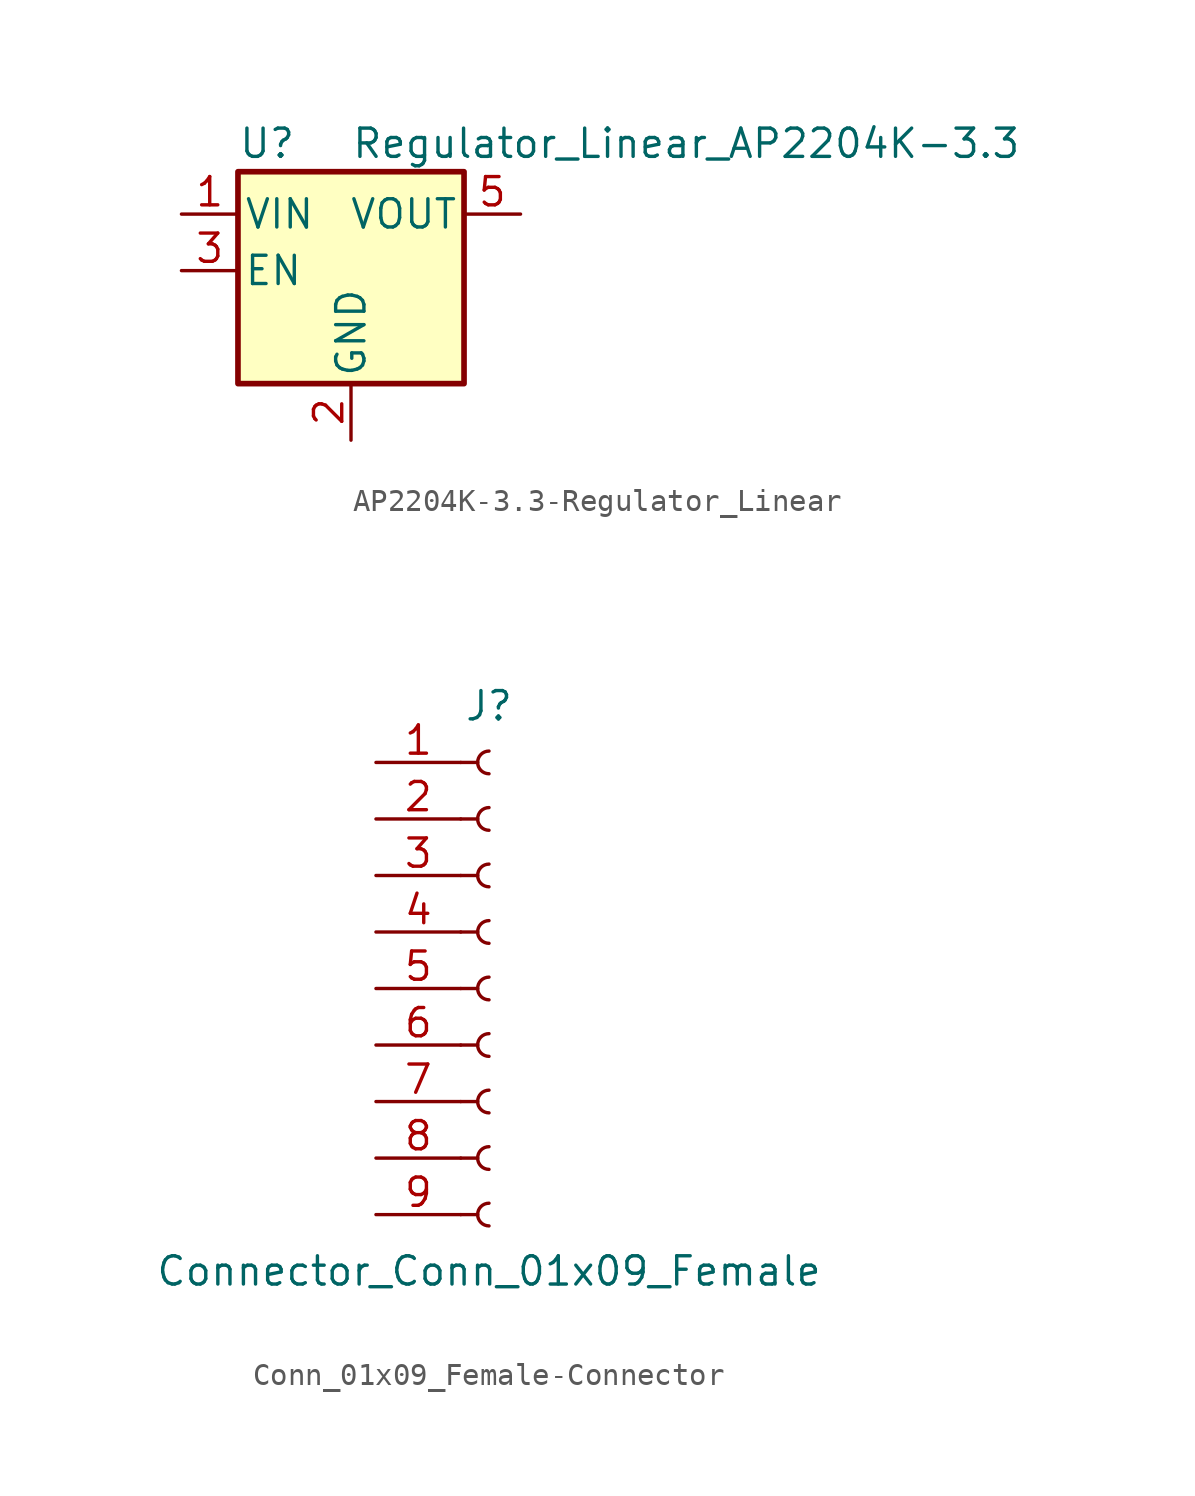
<source format=kicad_sym>
(kicad_symbol_lib
  (version 20231120)
  (generator "kicad_symbol_editor")
  (generator_version "8.0")
  (symbol "AP2204K-3.3-Regulator_Linear"
    (pin_names
      (offset 0.254))
    (property "Reference" "U"
      (at -5.08 5.715 0)
      (effects (font (size 1.27 1.27)) (justify left)))
    (property "Value" "Regulator_Linear_AP2204K-3.3"
      (at 0 5.715 0)
      (effects (font (size 1.27 1.27)) (justify left)))
    (symbol "AP2204K-3.3-Regulator_Linear_0_1"
      (rectangle (start -5.08 4.445) (end 5.08 -5.08) (stroke (width 0.254) (type solid)) (fill (type background))))
    (symbol "AP2204K-3.3-Regulator_Linear_1_1"
      (pin power_in line (at -7.62 2.54 0) (length 2.54) (name "VIN" (effects (font (size 1.27 1.27)))) (number "1" (effects (font (size 1.27 1.27)))))
      (pin power_in line (at 0 -7.62 90) (length 2.54) (name "GND" (effects (font (size 1.27 1.27)))) (number "2" (effects (font (size 1.27 1.27)))))
      (pin input line (at -7.62 0 0) (length 2.54) (name "EN" (effects (font (size 1.27 1.27)))) (number "3" (effects (font (size 1.27 1.27)))))
      (pin no_connect line (at 7.62 0 180) (length 2.54) hide (name "NC" (effects (font (size 1.27 1.27)))) (number "4" (effects (font (size 1.27 1.27)))))
      (pin power_out line (at 7.62 2.54 180) (length 2.54) (name "VOUT" (effects (font (size 1.27 1.27)))) (number "5" (effects (font (size 1.27 1.27)))))))
  (symbol "Conn_01x09_Female-Connector"
    (pin_names
      (offset 1.016) hide)
    (property "Reference" "J"
      (at 0 12.7 0)
      (effects (font (size 1.27 1.27))))
    (property "Value" "Connector_Conn_01x09_Female"
      (at 0 -12.7 0)
      (effects (font (size 1.27 1.27))))
    (symbol "Conn_01x09_Female-Connector_1_1"
      (arc (start 0 -9.652) (mid -0.508 -10.16) (end 0 -10.668) (stroke (width 0.1524) (type solid)) (fill (type none)))
      (arc (start 0 -7.112) (mid -0.508 -7.62) (end 0 -8.128) (stroke (width 0.1524) (type solid)) (fill (type none)))
      (arc (start 0 -4.572) (mid -0.508 -5.08) (end 0 -5.588) (stroke (width 0.1524) (type solid)) (fill (type none)))
      (arc (start 0 -2.032) (mid -0.508 -2.54) (end 0 -3.048) (stroke (width 0.1524) (type solid)) (fill (type none)))
      (polyline (pts (xy -1.27 -10.16) (xy -0.508 -10.16)) (stroke (width 0.152) (type solid)) (fill (type none)))
      (polyline (pts (xy -1.27 -7.62) (xy -0.508 -7.62)) (stroke (width 0.152) (type solid)) (fill (type none)))
      (polyline (pts (xy -1.27 -5.08) (xy -0.508 -5.08)) (stroke (width 0.152) (type solid)) (fill (type none)))
      (polyline (pts (xy -1.27 -2.54) (xy -0.508 -2.54)) (stroke (width 0.152) (type solid)) (fill (type none)))
      (polyline (pts (xy -1.27 0) (xy -0.508 0)) (stroke (width 0.152) (type solid)) (fill (type none)))
      (polyline (pts (xy -1.27 2.54) (xy -0.508 2.54)) (stroke (width 0.152) (type solid)) (fill (type none)))
      (polyline (pts (xy -1.27 5.08) (xy -0.508 5.08)) (stroke (width 0.152) (type solid)) (fill (type none)))
      (polyline (pts (xy -1.27 7.62) (xy -0.508 7.62)) (stroke (width 0.152) (type solid)) (fill (type none)))
      (polyline (pts (xy -1.27 10.16) (xy -0.508 10.16)) (stroke (width 0.152) (type solid)) (fill (type none)))
      (arc (start 0 0.508) (mid -0.508 0) (end 0 -0.508) (stroke (width 0.1524) (type solid)) (fill (type none)))
      (arc (start 0 3.048) (mid -0.508 2.54) (end 0 2.032) (stroke (width 0.1524) (type solid)) (fill (type none)))
      (arc (start 0 5.588) (mid -0.508 5.08) (end 0 4.572) (stroke (width 0.1524) (type solid)) (fill (type none)))
      (arc (start 0 8.128) (mid -0.508 7.62) (end 0 7.112) (stroke (width 0.1524) (type solid)) (fill (type none)))
      (arc (start 0 10.668) (mid -0.508 10.16) (end 0 9.652) (stroke (width 0.1524) (type solid)) (fill (type none)))
      (pin passive line (at -5.08 10.16 0) (length 3.81) (name "Pin_1" (effects (font (size 1.27 1.27)))) (number "1" (effects (font (size 1.27 1.27)))))
      (pin passive line (at -5.08 7.62 0) (length 3.81) (name "Pin_2" (effects (font (size 1.27 1.27)))) (number "2" (effects (font (size 1.27 1.27)))))
      (pin passive line (at -5.08 5.08 0) (length 3.81) (name "Pin_3" (effects (font (size 1.27 1.27)))) (number "3" (effects (font (size 1.27 1.27)))))
      (pin passive line (at -5.08 2.54 0) (length 3.81) (name "Pin_4" (effects (font (size 1.27 1.27)))) (number "4" (effects (font (size 1.27 1.27)))))
      (pin passive line (at -5.08 0 0) (length 3.81) (name "Pin_5" (effects (font (size 1.27 1.27)))) (number "5" (effects (font (size 1.27 1.27)))))
      (pin passive line (at -5.08 -2.54 0) (length 3.81) (name "Pin_6" (effects (font (size 1.27 1.27)))) (number "6" (effects (font (size 1.27 1.27)))))
      (pin passive line (at -5.08 -5.08 0) (length 3.81) (name "Pin_7" (effects (font (size 1.27 1.27)))) (number "7" (effects (font (size 1.27 1.27)))))
      (pin passive line (at -5.08 -7.62 0) (length 3.81) (name "Pin_8" (effects (font (size 1.27 1.27)))) (number "8" (effects (font (size 1.27 1.27)))))
      (pin passive line (at -5.08 -10.16 0) (length 3.81) (name "Pin_9" (effects (font (size 1.27 1.27)))) (number "9" (effects (font (size 1.27 1.27))))))))
</source>
